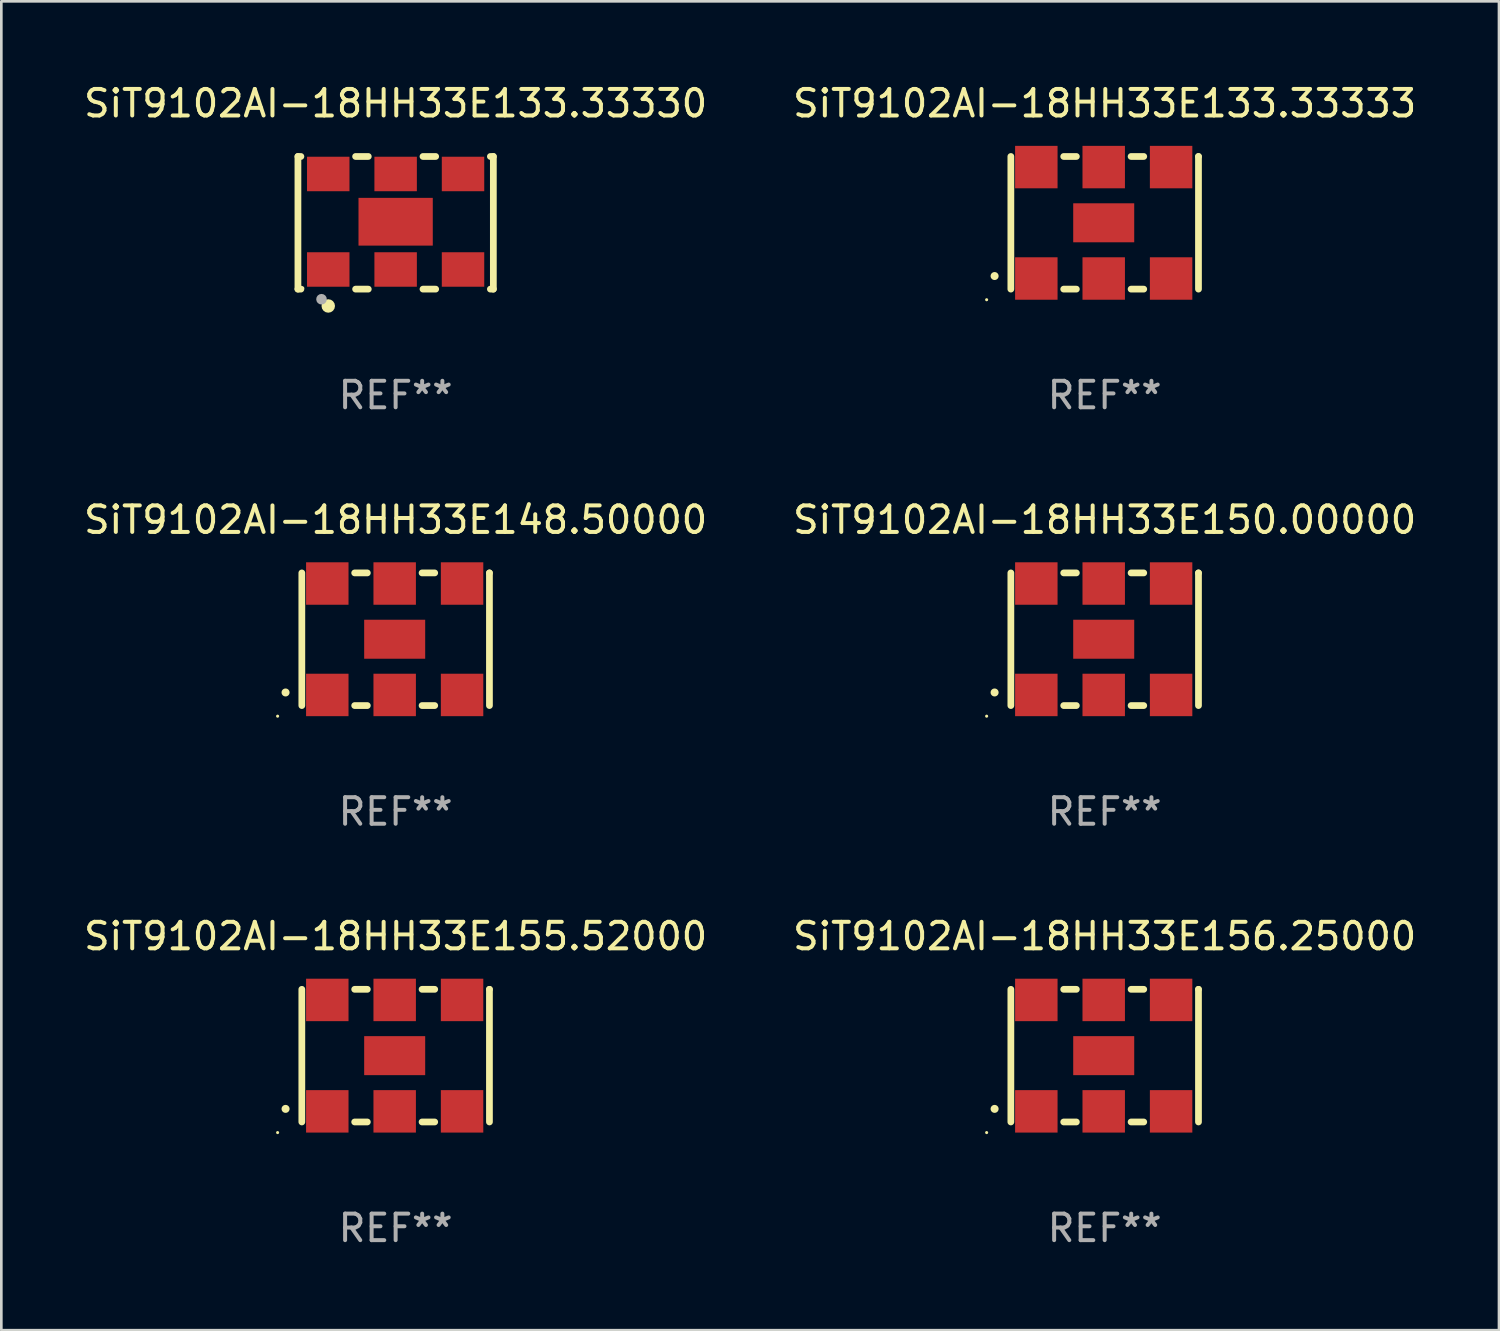
<source format=kicad_pcb>
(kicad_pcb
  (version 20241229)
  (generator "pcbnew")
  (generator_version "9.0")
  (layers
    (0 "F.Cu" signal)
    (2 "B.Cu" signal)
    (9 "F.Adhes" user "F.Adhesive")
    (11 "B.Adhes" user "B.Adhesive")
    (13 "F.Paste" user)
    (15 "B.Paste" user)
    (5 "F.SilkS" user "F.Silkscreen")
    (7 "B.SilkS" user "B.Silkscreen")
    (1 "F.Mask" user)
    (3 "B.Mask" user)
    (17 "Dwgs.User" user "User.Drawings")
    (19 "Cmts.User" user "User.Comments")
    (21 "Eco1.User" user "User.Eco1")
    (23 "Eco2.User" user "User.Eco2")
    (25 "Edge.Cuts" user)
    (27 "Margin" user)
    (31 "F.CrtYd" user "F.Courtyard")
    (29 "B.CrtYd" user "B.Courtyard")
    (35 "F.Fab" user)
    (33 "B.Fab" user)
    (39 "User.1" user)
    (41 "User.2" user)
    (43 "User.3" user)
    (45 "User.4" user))
  (footprint "SiT9102AI-18HH33E148.50000"
    (layer "F.Cu")
    (at 11.863 21.045)
    (property "Reference" "SiT9102AI-18HH33E148.50000" (at 0 -4.5 0) (layer "F.SilkS") (effects (font (size 1 1) (thickness 0.15))))
    (attr through_hole)
    (fp_line (start -3.536 -2.5) (end -3.536 2.5) (stroke (width 0.254) (type solid)) (layer "F.SilkS"))
    (fp_line (start -1.544 2.5) (end -1.067 2.5) (stroke (width 0.254) (type solid)) (layer "F.SilkS"))
    (fp_line (start -1.067 -2.5) (end -1.544 -2.5) (stroke (width 0.254) (type solid)) (layer "F.SilkS"))
    (fp_line (start 0.996 2.5) (end 1.473 2.5) (stroke (width 0.254) (type solid)) (layer "F.SilkS"))
    (fp_line (start 1.473 -2.5) (end 0.996 -2.5) (stroke (width 0.254) (type solid)) (layer "F.SilkS"))
    (fp_line (start 3.536 -2.5) (end 3.536 -2.5) (stroke (width 0.254) (type solid)) (layer "F.SilkS"))
    (fp_line (start 3.536 2.5) (end 3.536 -2.5) (stroke (width 0.254) (type solid)) (layer "F.SilkS"))
    (fp_arc (start -4.150432 2.006604) (mid -4.149162 2.006599) (end -4.147892 2.006604) (stroke (width 0.3) (type solid)) (layer "F.SilkS"))
    (fp_circle (center -4.449 2.9) (end -4.419 2.9) (stroke (width 0.06) (type solid)) (fill no) (layer "F.SilkS"))
    (fp_text user "REF**" (at 0 6.5 0) (layer "F.Fab") (effects (font (size 1 1) (thickness 0.15))))
    (pad "1" smd rect (at -2.576 2.1) (size 1.6 1.6) (layers "F.Cu" "F.Mask" "F.Paste"))
    (pad "2" smd rect (at -0.036 2.1) (size 1.6 1.6) (layers "F.Cu" "F.Mask" "F.Paste"))
    (pad "3" smd rect (at 2.504 2.1) (size 1.6 1.6) (layers "F.Cu" "F.Mask" "F.Paste"))
    (pad "4" smd rect (at 2.504 -2.1) (size 1.6 1.6) (layers "F.Cu" "F.Mask" "F.Paste"))
    (pad "5" smd rect (at -0.036 -2.1) (size 1.6 1.6) (layers "F.Cu" "F.Mask" "F.Paste"))
    (pad "6" smd rect (at -2.576 -2.1) (size 1.6 1.6) (layers "F.Cu" "F.Mask" "F.Paste"))
    (pad "7" smd rect (at -0.036 0) (size 2.3 1.47) (layers "F.Cu" "F.Mask" "F.Paste")))
  (footprint "SiT9102AI-18HH33E150.00000"
    (layer "F.Cu")
    (at 38.589 21.045)
    (property "Reference" "SiT9102AI-18HH33E150.00000" (at 0 -4.5 0) (layer "F.SilkS") (effects (font (size 1 1) (thickness 0.15))))
    (attr through_hole)
    (fp_line (start -3.536 -2.5) (end -3.536 2.5) (stroke (width 0.254) (type solid)) (layer "F.SilkS"))
    (fp_line (start -1.544 2.5) (end -1.067 2.5) (stroke (width 0.254) (type solid)) (layer "F.SilkS"))
    (fp_line (start -1.067 -2.5) (end -1.544 -2.5) (stroke (width 0.254) (type solid)) (layer "F.SilkS"))
    (fp_line (start 0.996 2.5) (end 1.473 2.5) (stroke (width 0.254) (type solid)) (layer "F.SilkS"))
    (fp_line (start 1.473 -2.5) (end 0.996 -2.5) (stroke (width 0.254) (type solid)) (layer "F.SilkS"))
    (fp_line (start 3.536 -2.5) (end 3.536 -2.5) (stroke (width 0.254) (type solid)) (layer "F.SilkS"))
    (fp_line (start 3.536 2.5) (end 3.536 -2.5) (stroke (width 0.254) (type solid)) (layer "F.SilkS"))
    (fp_arc (start -4.150432 2.006604) (mid -4.149162 2.006599) (end -4.147892 2.006604) (stroke (width 0.3) (type solid)) (layer "F.SilkS"))
    (fp_circle (center -4.449 2.9) (end -4.419 2.9) (stroke (width 0.06) (type solid)) (fill no) (layer "F.SilkS"))
    (fp_text user "REF**" (at 0 6.5 0) (layer "F.Fab") (effects (font (size 1 1) (thickness 0.15))))
    (pad "1" smd rect (at -2.576 2.1) (size 1.6 1.6) (layers "F.Cu" "F.Mask" "F.Paste"))
    (pad "2" smd rect (at -0.036 2.1) (size 1.6 1.6) (layers "F.Cu" "F.Mask" "F.Paste"))
    (pad "3" smd rect (at 2.504 2.1) (size 1.6 1.6) (layers "F.Cu" "F.Mask" "F.Paste"))
    (pad "4" smd rect (at 2.504 -2.1) (size 1.6 1.6) (layers "F.Cu" "F.Mask" "F.Paste"))
    (pad "5" smd rect (at -0.036 -2.1) (size 1.6 1.6) (layers "F.Cu" "F.Mask" "F.Paste"))
    (pad "6" smd rect (at -2.576 -2.1) (size 1.6 1.6) (layers "F.Cu" "F.Mask" "F.Paste"))
    (pad "7" smd rect (at -0.036 0) (size 2.3 1.47) (layers "F.Cu" "F.Mask" "F.Paste")))
  (footprint "SiT9102AI-18HH33E133.33333"
    (layer "F.Cu")
    (at 38.589 5.348)
    (property "Reference" "SiT9102AI-18HH33E133.33333" (at 0 -4.5 0) (layer "F.SilkS") (effects (font (size 1 1) (thickness 0.15))))
    (attr through_hole)
    (fp_line (start -3.536 -2.5) (end -3.536 2.5) (stroke (width 0.254) (type solid)) (layer "F.SilkS"))
    (fp_line (start -1.544 2.5) (end -1.067 2.5) (stroke (width 0.254) (type solid)) (layer "F.SilkS"))
    (fp_line (start -1.067 -2.5) (end -1.544 -2.5) (stroke (width 0.254) (type solid)) (layer "F.SilkS"))
    (fp_line (start 0.996 2.5) (end 1.473 2.5) (stroke (width 0.254) (type solid)) (layer "F.SilkS"))
    (fp_line (start 1.473 -2.5) (end 0.996 -2.5) (stroke (width 0.254) (type solid)) (layer "F.SilkS"))
    (fp_line (start 3.536 -2.5) (end 3.536 -2.5) (stroke (width 0.254) (type solid)) (layer "F.SilkS"))
    (fp_line (start 3.536 2.5) (end 3.536 -2.5) (stroke (width 0.254) (type solid)) (layer "F.SilkS"))
    (fp_arc (start -4.150432 2.006604) (mid -4.149162 2.006599) (end -4.147892 2.006604) (stroke (width 0.3) (type solid)) (layer "F.SilkS"))
    (fp_circle (center -4.449 2.9) (end -4.419 2.9) (stroke (width 0.06) (type solid)) (fill no) (layer "F.SilkS"))
    (fp_text user "REF**" (at 0 6.5 0) (layer "F.Fab") (effects (font (size 1 1) (thickness 0.15))))
    (pad "1" smd rect (at -2.576 2.1) (size 1.6 1.6) (layers "F.Cu" "F.Mask" "F.Paste"))
    (pad "2" smd rect (at -0.036 2.1) (size 1.6 1.6) (layers "F.Cu" "F.Mask" "F.Paste"))
    (pad "3" smd rect (at 2.504 2.1) (size 1.6 1.6) (layers "F.Cu" "F.Mask" "F.Paste"))
    (pad "4" smd rect (at 2.504 -2.1) (size 1.6 1.6) (layers "F.Cu" "F.Mask" "F.Paste"))
    (pad "5" smd rect (at -0.036 -2.1) (size 1.6 1.6) (layers "F.Cu" "F.Mask" "F.Paste"))
    (pad "6" smd rect (at -2.576 -2.1) (size 1.6 1.6) (layers "F.Cu" "F.Mask" "F.Paste"))
    (pad "7" smd rect (at -0.036 0) (size 2.3 1.47) (layers "F.Cu" "F.Mask" "F.Paste")))
  (footprint "SiT9102AI-18HH33E155.52000"
    (layer "F.Cu")
    (at 11.863 36.741)
    (property "Reference" "SiT9102AI-18HH33E155.52000" (at 0 -4.5 0) (layer "F.SilkS") (effects (font (size 1 1) (thickness 0.15))))
    (attr through_hole)
    (fp_line (start -3.536 -2.5) (end -3.536 2.5) (stroke (width 0.254) (type solid)) (layer "F.SilkS"))
    (fp_line (start -1.544 2.5) (end -1.067 2.5) (stroke (width 0.254) (type solid)) (layer "F.SilkS"))
    (fp_line (start -1.067 -2.5) (end -1.544 -2.5) (stroke (width 0.254) (type solid)) (layer "F.SilkS"))
    (fp_line (start 0.996 2.5) (end 1.473 2.5) (stroke (width 0.254) (type solid)) (layer "F.SilkS"))
    (fp_line (start 1.473 -2.5) (end 0.996 -2.5) (stroke (width 0.254) (type solid)) (layer "F.SilkS"))
    (fp_line (start 3.536 -2.5) (end 3.536 -2.5) (stroke (width 0.254) (type solid)) (layer "F.SilkS"))
    (fp_line (start 3.536 2.5) (end 3.536 -2.5) (stroke (width 0.254) (type solid)) (layer "F.SilkS"))
    (fp_arc (start -4.150432 2.006604) (mid -4.149162 2.006599) (end -4.147892 2.006604) (stroke (width 0.3) (type solid)) (layer "F.SilkS"))
    (fp_circle (center -4.449 2.9) (end -4.419 2.9) (stroke (width 0.06) (type solid)) (fill no) (layer "F.SilkS"))
    (fp_text user "REF**" (at 0 6.5 0) (layer "F.Fab") (effects (font (size 1 1) (thickness 0.15))))
    (pad "1" smd rect (at -2.576 2.1) (size 1.6 1.6) (layers "F.Cu" "F.Mask" "F.Paste"))
    (pad "2" smd rect (at -0.036 2.1) (size 1.6 1.6) (layers "F.Cu" "F.Mask" "F.Paste"))
    (pad "3" smd rect (at 2.504 2.1) (size 1.6 1.6) (layers "F.Cu" "F.Mask" "F.Paste"))
    (pad "4" smd rect (at 2.504 -2.1) (size 1.6 1.6) (layers "F.Cu" "F.Mask" "F.Paste"))
    (pad "5" smd rect (at -0.036 -2.1) (size 1.6 1.6) (layers "F.Cu" "F.Mask" "F.Paste"))
    (pad "6" smd rect (at -2.576 -2.1) (size 1.6 1.6) (layers "F.Cu" "F.Mask" "F.Paste"))
    (pad "7" smd rect (at -0.036 0) (size 2.3 1.47) (layers "F.Cu" "F.Mask" "F.Paste")))
  (footprint "SiT9102AI-18HH33E133.33330"
    (layer "F.Cu")
    (at 11.863 5.348)
    (property "Reference" "SiT9102AI-18HH33E133.33330" (at 0 -4.5 0) (layer "F.SilkS") (effects (font (size 1 1) (thickness 0.15))))
    (attr through_hole)
    (fp_line (start -3.683 -2.5) (end -3.571 -2.5) (stroke (width 0.254) (type solid)) (layer "F.SilkS"))
    (fp_line (start -3.683 2.5) (end -3.683 -2.5) (stroke (width 0.254) (type solid)) (layer "F.SilkS"))
    (fp_line (start -3.683 2.5) (end -3.571 2.5) (stroke (width 0.254) (type solid)) (layer "F.SilkS"))
    (fp_line (start -1.509 -2.5) (end -1.031 -2.5) (stroke (width 0.254) (type solid)) (layer "F.SilkS"))
    (fp_line (start -1.509 2.5) (end -1.031 2.5) (stroke (width 0.254) (type solid)) (layer "F.SilkS"))
    (fp_line (start 1.031 -2.5) (end 1.509 -2.5) (stroke (width 0.254) (type solid)) (layer "F.SilkS"))
    (fp_line (start 1.031 2.5) (end 1.509 2.5) (stroke (width 0.254) (type solid)) (layer "F.SilkS"))
    (fp_line (start 3.571 -2.5) (end 3.683 -2.5) (stroke (width 0.254) (type solid)) (layer "F.SilkS"))
    (fp_line (start 3.571 2.5) (end 3.683 2.5) (stroke (width 0.254) (type solid)) (layer "F.SilkS"))
    (fp_line (start 3.683 2.5) (end 3.683 -2.5) (stroke (width 0.254) (type solid)) (layer "F.SilkS"))
    (fp_circle (center -3.5 2.46) (end -3.47 2.46) (stroke (width 0.06) (type solid)) (fill no) (layer "F.SilkS"))
    (fp_circle (center -2.54 3.135) (end -2.413 3.135) (stroke (width 0.254) (type solid)) (fill no) (layer "F.SilkS"))
    (fp_circle (center -2.794 2.881) (end -2.694 2.881) (stroke (width 0.2) (type solid)) (fill no) (layer "F.Fab"))
    (fp_text user "REF**" (at 0 6.5 0) (layer "F.Fab") (effects (font (size 1 1) (thickness 0.15))))
    (pad "1" smd rect (at -2.54 1.76) (size 1.6 1.3) (layers "F.Cu" "F.Mask" "F.Paste"))
    (pad "2" smd rect (at 0 1.76) (size 1.6 1.3) (layers "F.Cu" "F.Mask" "F.Paste"))
    (pad "3" smd rect (at 2.54 1.76) (size 1.6 1.3) (layers "F.Cu" "F.Mask" "F.Paste"))
    (pad "4" smd rect (at 2.54 -1.84) (size 1.6 1.3) (layers "F.Cu" "F.Mask" "F.Paste"))
    (pad "5" smd rect (at 0 -1.84) (size 1.6 1.3) (layers "F.Cu" "F.Mask" "F.Paste"))
    (pad "6" smd rect (at -2.54 -1.84) (size 1.6 1.3) (layers "F.Cu" "F.Mask" "F.Paste"))
    (pad "7" smd rect (at 0 -0.04) (size 2.8 1.8) (layers "F.Cu" "F.Mask" "F.Paste")))
  (footprint "SiT9102AI-18HH33E156.25000"
    (layer "F.Cu")
    (at 38.589 36.741)
    (property "Reference" "SiT9102AI-18HH33E156.25000" (at 0 -4.5 0) (layer "F.SilkS") (effects (font (size 1 1) (thickness 0.15))))
    (attr through_hole)
    (fp_line (start -3.536 -2.5) (end -3.536 2.5) (stroke (width 0.254) (type solid)) (layer "F.SilkS"))
    (fp_line (start -1.544 2.5) (end -1.067 2.5) (stroke (width 0.254) (type solid)) (layer "F.SilkS"))
    (fp_line (start -1.067 -2.5) (end -1.544 -2.5) (stroke (width 0.254) (type solid)) (layer "F.SilkS"))
    (fp_line (start 0.996 2.5) (end 1.473 2.5) (stroke (width 0.254) (type solid)) (layer "F.SilkS"))
    (fp_line (start 1.473 -2.5) (end 0.996 -2.5) (stroke (width 0.254) (type solid)) (layer "F.SilkS"))
    (fp_line (start 3.536 -2.5) (end 3.536 -2.5) (stroke (width 0.254) (type solid)) (layer "F.SilkS"))
    (fp_line (start 3.536 2.5) (end 3.536 -2.5) (stroke (width 0.254) (type solid)) (layer "F.SilkS"))
    (fp_arc (start -4.150432 2.006604) (mid -4.149162 2.006599) (end -4.147892 2.006604) (stroke (width 0.3) (type solid)) (layer "F.SilkS"))
    (fp_circle (center -4.449 2.9) (end -4.419 2.9) (stroke (width 0.06) (type solid)) (fill no) (layer "F.SilkS"))
    (fp_text user "REF**" (at 0 6.5 0) (layer "F.Fab") (effects (font (size 1 1) (thickness 0.15))))
    (pad "1" smd rect (at -2.576 2.1) (size 1.6 1.6) (layers "F.Cu" "F.Mask" "F.Paste"))
    (pad "2" smd rect (at -0.036 2.1) (size 1.6 1.6) (layers "F.Cu" "F.Mask" "F.Paste"))
    (pad "3" smd rect (at 2.504 2.1) (size 1.6 1.6) (layers "F.Cu" "F.Mask" "F.Paste"))
    (pad "4" smd rect (at 2.504 -2.1) (size 1.6 1.6) (layers "F.Cu" "F.Mask" "F.Paste"))
    (pad "5" smd rect (at -0.036 -2.1) (size 1.6 1.6) (layers "F.Cu" "F.Mask" "F.Paste"))
    (pad "6" smd rect (at -2.576 -2.1) (size 1.6 1.6) (layers "F.Cu" "F.Mask" "F.Paste"))
    (pad "7" smd rect (at -0.036 0) (size 2.3 1.47) (layers "F.Cu" "F.Mask" "F.Paste")))
  (gr_rect
    (start -3 -3)
    (end 53.452 47.09)
    (stroke (width 0.1) (type default))
    (fill no)
    (layer "Edge.Cuts")))
</source>
